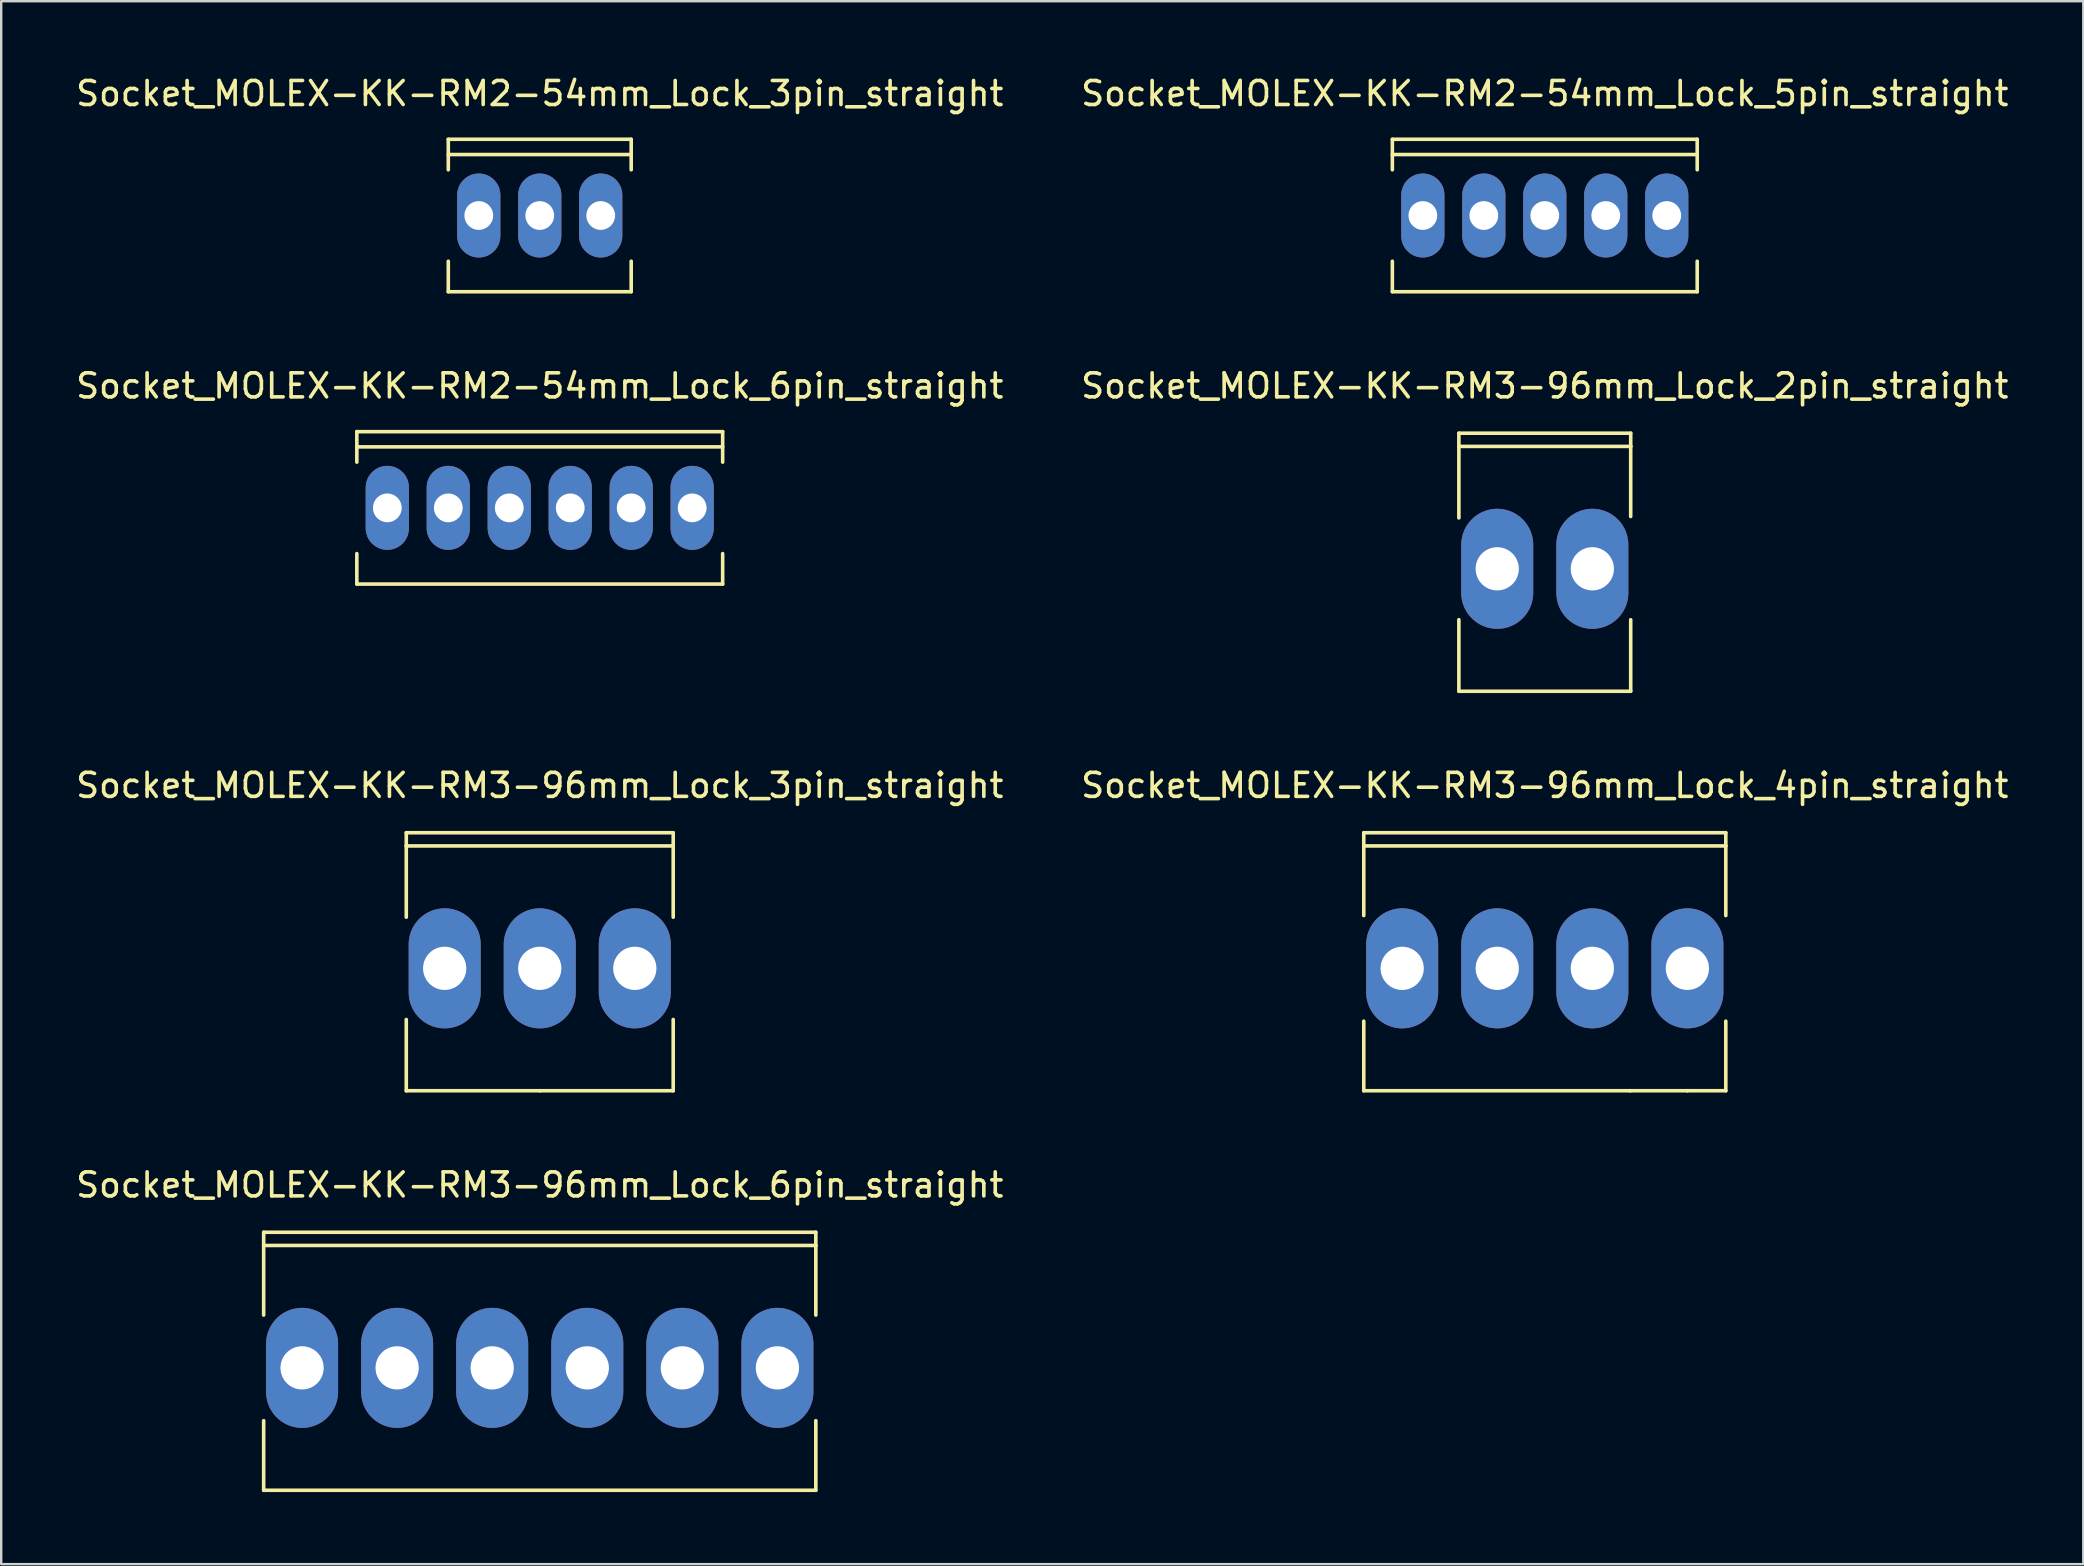
<source format=kicad_pcb>
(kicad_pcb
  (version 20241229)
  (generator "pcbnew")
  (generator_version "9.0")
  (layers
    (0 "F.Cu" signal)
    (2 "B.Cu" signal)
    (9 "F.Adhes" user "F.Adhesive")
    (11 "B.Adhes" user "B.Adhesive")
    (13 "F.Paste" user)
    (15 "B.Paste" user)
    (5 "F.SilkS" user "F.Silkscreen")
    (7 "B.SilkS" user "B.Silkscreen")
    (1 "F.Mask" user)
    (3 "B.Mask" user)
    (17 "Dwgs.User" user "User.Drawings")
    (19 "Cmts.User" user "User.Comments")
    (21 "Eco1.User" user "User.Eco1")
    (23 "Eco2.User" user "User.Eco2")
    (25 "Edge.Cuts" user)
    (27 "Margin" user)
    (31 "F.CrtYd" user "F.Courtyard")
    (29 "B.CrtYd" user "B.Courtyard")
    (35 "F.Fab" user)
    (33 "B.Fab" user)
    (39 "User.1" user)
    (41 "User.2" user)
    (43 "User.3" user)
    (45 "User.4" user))
  (footprint "Socket_MOLEX-KK-RM3-96mm_Lock_4pin_straight"
    (layer "F.Cu")
    (at 61.304 37.29)
    (property "Reference" "Socket_MOLEX-KK-RM3-96mm_Lock_4pin_straight" (at 0 -7.62 0) (layer "F.SilkS") (effects (font (size 1 1) (thickness 0.15))))
    (attr through_hole)
    (fp_line (start -7.541 -5.649) (end -7.541 -5.1) (stroke (width 0.15) (type solid)) (layer "F.SilkS"))
    (fp_line (start -7.541 -5.1) (end -7.541 -2.2) (stroke (width 0.15) (type solid)) (layer "F.SilkS"))
    (fp_line (start -7.541 2.2) (end -7.541 5.1) (stroke (width 0.15) (type solid)) (layer "F.SilkS"))
    (fp_line (start -7.541 5.1) (end 3.561 5.1) (stroke (width 0.15) (type solid)) (layer "F.SilkS"))
    (fp_line (start 3.561 5.1) (end 5.941 5.1) (stroke (width 0.15) (type solid)) (layer "F.SilkS"))
    (fp_line (start 5.941 5.1) (end 7.541 5.1) (stroke (width 0.15) (type solid)) (layer "F.SilkS"))
    (fp_line (start 7.541 -5.649) (end -7.541 -5.649) (stroke (width 0.15) (type solid)) (layer "F.SilkS"))
    (fp_line (start 7.541 -5.1) (end -7.541 -5.1) (stroke (width 0.15) (type solid)) (layer "F.SilkS"))
    (fp_line (start 7.541 -5.1) (end 7.541 -5.649) (stroke (width 0.15) (type solid)) (layer "F.SilkS"))
    (fp_line (start 7.541 -2.2) (end 7.541 -5.1) (stroke (width 0.15) (type solid)) (layer "F.SilkS"))
    (fp_line (start 7.541 5.1) (end 7.541 2.2) (stroke (width 0.15) (type solid)) (layer "F.SilkS"))
    (pad "1" thru_hole oval (at -5.941 0) (size 3 5.001) (drill 1.801) (layers "*.Cu" "*.Mask"))
    (pad "2" thru_hole oval (at -1.981 0) (size 3 5.001) (drill 1.801) (layers "*.Cu" "*.Mask"))
    (pad "3" thru_hole oval (at 1.981 0) (size 3 5.001) (drill 1.801) (layers "*.Cu" "*.Mask"))
    (pad "4" thru_hole oval (at 5.941 0) (size 3 5.001) (drill 1.801) (layers "*.Cu" "*.Mask")))
  (footprint "Socket_MOLEX-KK-RM3-96mm_Lock_6pin_straight"
    (layer "F.Cu")
    (at 19.435 53.934)
    (property "Reference" "Socket_MOLEX-KK-RM3-96mm_Lock_6pin_straight" (at 0 -7.62 0) (layer "F.SilkS") (effects (font (size 1 1) (thickness 0.15))))
    (attr through_hole)
    (fp_line (start -11.501 -5.649) (end -11.501 -5.1) (stroke (width 0.15) (type solid)) (layer "F.SilkS"))
    (fp_line (start -11.501 -5.1) (end -11.501 -2.2) (stroke (width 0.15) (type solid)) (layer "F.SilkS"))
    (fp_line (start -11.501 2.2) (end -11.501 5.1) (stroke (width 0.15) (type solid)) (layer "F.SilkS"))
    (fp_line (start -11.501 5.1) (end 11.501 5.1) (stroke (width 0.15) (type solid)) (layer "F.SilkS"))
    (fp_line (start 11.501 -5.649) (end -11.501 -5.649) (stroke (width 0.15) (type solid)) (layer "F.SilkS"))
    (fp_line (start 11.501 -5.1) (end -11.501 -5.1) (stroke (width 0.15) (type solid)) (layer "F.SilkS"))
    (fp_line (start 11.501 -5.1) (end 11.501 -5.649) (stroke (width 0.15) (type solid)) (layer "F.SilkS"))
    (fp_line (start 11.501 -2.2) (end 11.501 -5.1) (stroke (width 0.15) (type solid)) (layer "F.SilkS"))
    (fp_line (start 11.501 5.1) (end 11.501 2.2) (stroke (width 0.15) (type solid)) (layer "F.SilkS"))
    (pad "1" thru_hole oval (at -9.901 0) (size 3 5.001) (drill 1.801) (layers "*.Cu" "*.Mask"))
    (pad "2" thru_hole oval (at -5.941 0) (size 3 5.001) (drill 1.801) (layers "*.Cu" "*.Mask"))
    (pad "3" thru_hole oval (at -1.981 0) (size 3 5.001) (drill 1.801) (layers "*.Cu" "*.Mask"))
    (pad "4" thru_hole oval (at 1.981 0) (size 3 5.001) (drill 1.801) (layers "*.Cu" "*.Mask"))
    (pad "5" thru_hole oval (at 5.941 0) (size 3 5.001) (drill 1.801) (layers "*.Cu" "*.Mask"))
    (pad "6" thru_hole oval (at 9.901 0) (size 3 5.001) (drill 1.801) (layers "*.Cu" "*.Mask")))
  (footprint "Socket_MOLEX-KK-RM3-96mm_Lock_3pin_straight"
    (layer "F.Cu")
    (at 19.435 37.29)
    (property "Reference" "Socket_MOLEX-KK-RM3-96mm_Lock_3pin_straight" (at 0 -7.62 0) (layer "F.SilkS") (effects (font (size 1 1) (thickness 0.15))))
    (attr through_hole)
    (fp_line (start -5.56 -5.649) (end -5.56 -5.1) (stroke (width 0.15) (type solid)) (layer "F.SilkS"))
    (fp_line (start -5.56 -5.1) (end -5.56 -2.131) (stroke (width 0.15) (type solid)) (layer "F.SilkS"))
    (fp_line (start -5.56 2.131) (end -5.56 5.1) (stroke (width 0.15) (type solid)) (layer "F.SilkS"))
    (fp_line (start -5.56 5.1) (end 0 5.1) (stroke (width 0.15) (type solid)) (layer "F.SilkS"))
    (fp_line (start 0 5.1) (end 5.56 5.1) (stroke (width 0.15) (type solid)) (layer "F.SilkS"))
    (fp_line (start 5.56 -5.649) (end -5.56 -5.649) (stroke (width 0.15) (type solid)) (layer "F.SilkS"))
    (fp_line (start 5.56 -5.1) (end -5.56 -5.1) (stroke (width 0.15) (type solid)) (layer "F.SilkS"))
    (fp_line (start 5.56 -5.1) (end 5.56 -5.649) (stroke (width 0.15) (type solid)) (layer "F.SilkS"))
    (fp_line (start 5.56 -2.131) (end 5.56 -5.1) (stroke (width 0.15) (type solid)) (layer "F.SilkS"))
    (fp_line (start 5.56 5.1) (end 5.56 2.131) (stroke (width 0.15) (type solid)) (layer "F.SilkS"))
    (pad "1" thru_hole oval (at -3.96 0) (size 3 5.001) (drill 1.801) (layers "*.Cu" "*.Mask"))
    (pad "2" thru_hole oval (at 0 0) (size 3 5.001) (drill 1.801) (layers "*.Cu" "*.Mask"))
    (pad "3" thru_hole oval (at 3.96 0) (size 3 5.001) (drill 1.801) (layers "*.Cu" "*.Mask")))
  (footprint "Socket_MOLEX-KK-RM2-54mm_Lock_3pin_straight"
    (layer "F.Cu")
    (at 19.435 5.928)
    (property "Reference" "Socket_MOLEX-KK-RM2-54mm_Lock_3pin_straight" (at 0 -5.08 0) (layer "F.SilkS") (effects (font (size 1 1) (thickness 0.15))))
    (attr through_hole)
    (fp_line (start -3.81 -3.175) (end 3.81 -3.175) (stroke (width 0.15) (type solid)) (layer "F.SilkS"))
    (fp_line (start -3.81 -1.905) (end -3.81 -3.175) (stroke (width 0.15) (type solid)) (layer "F.SilkS"))
    (fp_line (start -3.81 3.175) (end -3.81 1.905) (stroke (width 0.15) (type solid)) (layer "F.SilkS"))
    (fp_line (start 3.81 -3.175) (end 3.81 -1.905) (stroke (width 0.15) (type solid)) (layer "F.SilkS"))
    (fp_line (start 3.81 -2.54) (end -3.81 -2.54) (stroke (width 0.15) (type solid)) (layer "F.SilkS"))
    (fp_line (start 3.81 1.905) (end 3.81 3.175) (stroke (width 0.15) (type solid)) (layer "F.SilkS"))
    (fp_line (start 3.81 3.175) (end -3.81 3.175) (stroke (width 0.15) (type solid)) (layer "F.SilkS"))
    (pad "1" thru_hole oval (at -2.54 0) (size 1.801 3.5) (drill 1.199) (layers "*.Cu" "*.Mask"))
    (pad "2" thru_hole oval (at 0 0) (size 1.801 3.5) (drill 1.199) (layers "*.Cu" "*.Mask"))
    (pad "3" thru_hole oval (at 2.54 0) (size 1.801 3.5) (drill 1.199) (layers "*.Cu" "*.Mask")))
  (footprint "Socket_MOLEX-KK-RM3-96mm_Lock_2pin_straight"
    (layer "F.Cu")
    (at 61.304 20.646)
    (property "Reference" "Socket_MOLEX-KK-RM3-96mm_Lock_2pin_straight" (at 0 -7.62 0) (layer "F.SilkS") (effects (font (size 1 1) (thickness 0.15))))
    (attr through_hole)
    (fp_line (start -3.579 -5.649) (end -3.579 -5.1) (stroke (width 0.15) (type solid)) (layer "F.SilkS"))
    (fp_line (start -3.579 -5.1) (end -3.579 -2.121) (stroke (width 0.15) (type solid)) (layer "F.SilkS"))
    (fp_line (start -3.579 2.121) (end -3.579 5.1) (stroke (width 0.15) (type solid)) (layer "F.SilkS"))
    (fp_line (start -3.579 5.1) (end 3.579 5.1) (stroke (width 0.15) (type solid)) (layer "F.SilkS"))
    (fp_line (start 3.579 -5.649) (end -3.579 -5.649) (stroke (width 0.15) (type solid)) (layer "F.SilkS"))
    (fp_line (start 3.579 -5.1) (end -3.579 -5.1) (stroke (width 0.15) (type solid)) (layer "F.SilkS"))
    (fp_line (start 3.579 -5.1) (end 3.579 -5.649) (stroke (width 0.15) (type solid)) (layer "F.SilkS"))
    (fp_line (start 3.579 -2.179) (end 3.579 -5.1) (stroke (width 0.15) (type solid)) (layer "F.SilkS"))
    (fp_line (start 3.579 5.1) (end 3.579 2.121) (stroke (width 0.15) (type solid)) (layer "F.SilkS"))
    (pad "1" thru_hole oval (at -1.981 0) (size 3 5.001) (drill 1.801) (layers "*.Cu" "*.Mask"))
    (pad "2" thru_hole oval (at 1.981 0) (size 3 5.001) (drill 1.801) (layers "*.Cu" "*.Mask")))
  (footprint "Socket_MOLEX-KK-RM2-54mm_Lock_6pin_straight"
    (layer "F.Cu")
    (at 19.435 18.107)
    (property "Reference" "Socket_MOLEX-KK-RM2-54mm_Lock_6pin_straight" (at 0 -5.08 0) (layer "F.SilkS") (effects (font (size 1 1) (thickness 0.15))))
    (attr through_hole)
    (fp_line (start -7.62 -3.175) (end 7.62 -3.175) (stroke (width 0.15) (type solid)) (layer "F.SilkS"))
    (fp_line (start -7.62 -1.905) (end -7.62 -3.175) (stroke (width 0.15) (type solid)) (layer "F.SilkS"))
    (fp_line (start -7.62 3.175) (end -7.62 1.905) (stroke (width 0.15) (type solid)) (layer "F.SilkS"))
    (fp_line (start 7.62 -3.175) (end 7.62 -1.905) (stroke (width 0.15) (type solid)) (layer "F.SilkS"))
    (fp_line (start 7.62 -2.54) (end -7.62 -2.54) (stroke (width 0.15) (type solid)) (layer "F.SilkS"))
    (fp_line (start 7.62 3.175) (end -7.62 3.175) (stroke (width 0.15) (type solid)) (layer "F.SilkS"))
    (fp_line (start 7.62 3.175) (end 7.62 1.905) (stroke (width 0.15) (type solid)) (layer "F.SilkS"))
    (pad "1" thru_hole oval (at -6.35 0) (size 1.801 3.5) (drill 1.199) (layers "*.Cu" "*.Mask"))
    (pad "2" thru_hole oval (at -3.81 0) (size 1.801 3.5) (drill 1.199) (layers "*.Cu" "*.Mask"))
    (pad "3" thru_hole oval (at -1.27 0) (size 1.801 3.5) (drill 1.199) (layers "*.Cu" "*.Mask"))
    (pad "4" thru_hole oval (at 1.27 0) (size 1.801 3.5) (drill 1.199) (layers "*.Cu" "*.Mask"))
    (pad "5" thru_hole oval (at 3.81 0) (size 1.801 3.5) (drill 1.199) (layers "*.Cu" "*.Mask"))
    (pad "6" thru_hole oval (at 6.35 0) (size 1.801 3.5) (drill 1.199) (layers "*.Cu" "*.Mask")))
  (footprint "Socket_MOLEX-KK-RM2-54mm_Lock_5pin_straight"
    (layer "F.Cu")
    (at 61.304 5.928)
    (property "Reference" "Socket_MOLEX-KK-RM2-54mm_Lock_5pin_straight" (at 0 -5.08 0) (layer "F.SilkS") (effects (font (size 1 1) (thickness 0.15))))
    (attr through_hole)
    (fp_line (start -6.35 -3.175) (end 6.35 -3.175) (stroke (width 0.15) (type solid)) (layer "F.SilkS"))
    (fp_line (start -6.35 -1.905) (end -6.35 -3.175) (stroke (width 0.15) (type solid)) (layer "F.SilkS"))
    (fp_line (start -6.35 3.175) (end -6.35 1.905) (stroke (width 0.15) (type solid)) (layer "F.SilkS"))
    (fp_line (start 6.35 -2.54) (end -6.35 -2.54) (stroke (width 0.15) (type solid)) (layer "F.SilkS"))
    (fp_line (start 6.35 -1.905) (end 6.35 -3.175) (stroke (width 0.15) (type solid)) (layer "F.SilkS"))
    (fp_line (start 6.35 3.175) (end -6.35 3.175) (stroke (width 0.15) (type solid)) (layer "F.SilkS"))
    (fp_line (start 6.35 3.175) (end 6.35 1.905) (stroke (width 0.15) (type solid)) (layer "F.SilkS"))
    (pad "1" thru_hole oval (at -5.08 0) (size 1.801 3.5) (drill 1.199) (layers "*.Cu" "*.Mask"))
    (pad "2" thru_hole oval (at -2.54 0) (size 1.801 3.5) (drill 1.199) (layers "*.Cu" "*.Mask"))
    (pad "3" thru_hole oval (at 0 0) (size 1.801 3.5) (drill 1.199) (layers "*.Cu" "*.Mask"))
    (pad "4" thru_hole oval (at 2.54 0) (size 1.801 3.5) (drill 1.199) (layers "*.Cu" "*.Mask"))
    (pad "5" thru_hole oval (at 5.08 0) (size 1.801 3.5) (drill 1.199) (layers "*.Cu" "*.Mask")))
  (gr_rect
    (start -3 -3)
    (end 83.738 62.109)
    (stroke (width 0.1) (type default))
    (fill no)
    (layer "Edge.Cuts")))
</source>
